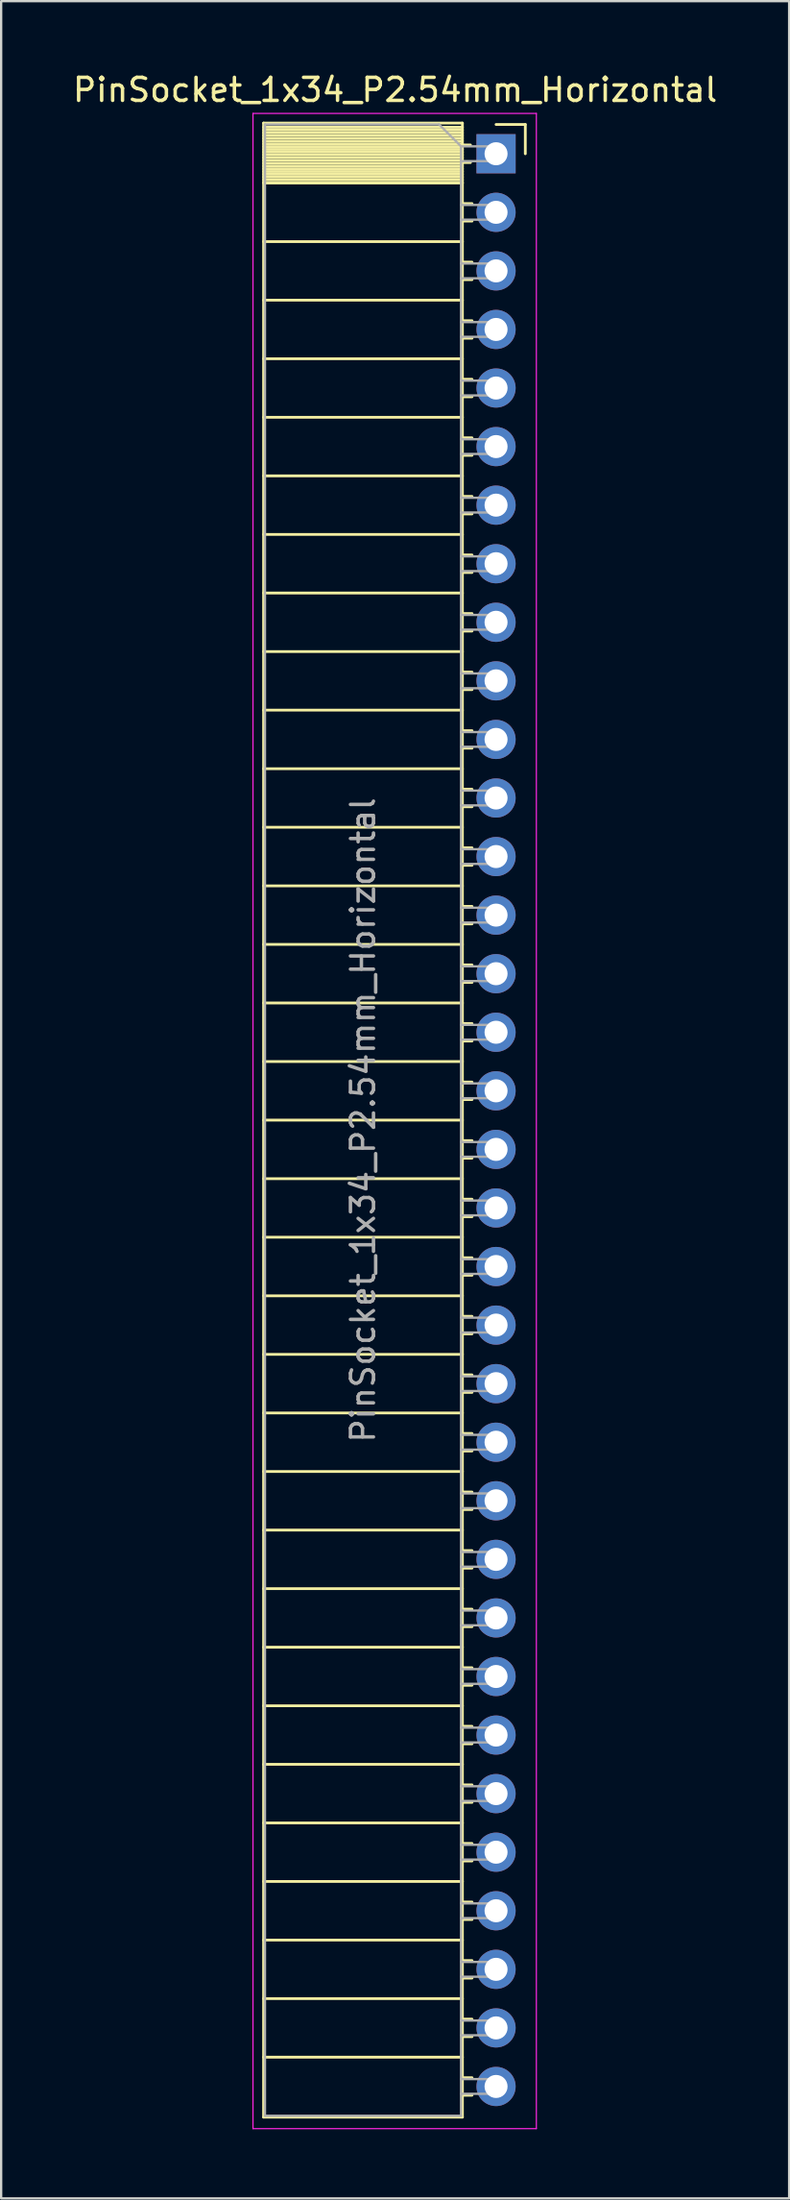
<source format=kicad_pcb>
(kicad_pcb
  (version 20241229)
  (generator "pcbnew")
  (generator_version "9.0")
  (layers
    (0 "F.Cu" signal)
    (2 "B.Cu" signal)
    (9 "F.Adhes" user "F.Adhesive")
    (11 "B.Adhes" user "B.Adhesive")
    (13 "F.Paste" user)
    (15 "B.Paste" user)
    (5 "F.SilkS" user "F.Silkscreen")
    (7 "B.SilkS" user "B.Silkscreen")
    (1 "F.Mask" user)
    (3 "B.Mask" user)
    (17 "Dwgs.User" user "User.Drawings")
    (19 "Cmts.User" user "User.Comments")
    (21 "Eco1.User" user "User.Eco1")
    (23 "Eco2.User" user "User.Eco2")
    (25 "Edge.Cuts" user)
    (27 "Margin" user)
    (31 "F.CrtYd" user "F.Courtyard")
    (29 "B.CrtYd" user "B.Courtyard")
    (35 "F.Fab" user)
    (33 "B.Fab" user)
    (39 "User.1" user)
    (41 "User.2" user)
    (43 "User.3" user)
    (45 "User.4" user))
  (footprint "PinSocket_1x34_P2.54mm_Horizontal"
    (layer "F.Cu")
    (at 18.481 3.618)
    (property "Reference" "PinSocket_1x34_P2.54mm_Horizontal" (at -4.38 -2.77 0) (layer "F.SilkS") (effects (font (size 1 1) (thickness 0.15))))
    (attr through_hole)
    (fp_line (start -10.09 -1.33) (end -10.09 85.15) (stroke (width 0.12) (type solid)) (layer "F.SilkS"))
    (fp_line (start -10.09 -1.33) (end -1.46 -1.33) (stroke (width 0.12) (type solid)) (layer "F.SilkS"))
    (fp_line (start -10.09 -1.15) (end -1.46 -1.15) (stroke (width 0.12) (type solid)) (layer "F.SilkS"))
    (fp_line (start -10.09 -1.03) (end -1.46 -1.03) (stroke (width 0.12) (type solid)) (layer "F.SilkS"))
    (fp_line (start -10.09 -0.91) (end -1.46 -0.91) (stroke (width 0.12) (type solid)) (layer "F.SilkS"))
    (fp_line (start -10.09 -0.79) (end -1.46 -0.79) (stroke (width 0.12) (type solid)) (layer "F.SilkS"))
    (fp_line (start -10.09 -0.67) (end -1.46 -0.67) (stroke (width 0.12) (type solid)) (layer "F.SilkS"))
    (fp_line (start -10.09 -0.55) (end -1.46 -0.55) (stroke (width 0.12) (type solid)) (layer "F.SilkS"))
    (fp_line (start -10.09 -0.43) (end -1.46 -0.43) (stroke (width 0.12) (type solid)) (layer "F.SilkS"))
    (fp_line (start -10.09 -0.31) (end -1.46 -0.31) (stroke (width 0.12) (type solid)) (layer "F.SilkS"))
    (fp_line (start -10.09 -0.19) (end -1.46 -0.19) (stroke (width 0.12) (type solid)) (layer "F.SilkS"))
    (fp_line (start -10.09 -0.07) (end -1.46 -0.07) (stroke (width 0.12) (type solid)) (layer "F.SilkS"))
    (fp_line (start -10.09 0.05) (end -1.46 0.05) (stroke (width 0.12) (type solid)) (layer "F.SilkS"))
    (fp_line (start -10.09 0.17) (end -1.46 0.17) (stroke (width 0.12) (type solid)) (layer "F.SilkS"))
    (fp_line (start -10.09 0.29) (end -1.46 0.29) (stroke (width 0.12) (type solid)) (layer "F.SilkS"))
    (fp_line (start -10.09 0.41) (end -1.46 0.41) (stroke (width 0.12) (type solid)) (layer "F.SilkS"))
    (fp_line (start -10.09 0.53) (end -1.46 0.53) (stroke (width 0.12) (type solid)) (layer "F.SilkS"))
    (fp_line (start -10.09 0.65) (end -1.46 0.65) (stroke (width 0.12) (type solid)) (layer "F.SilkS"))
    (fp_line (start -10.09 0.77) (end -1.46 0.77) (stroke (width 0.12) (type solid)) (layer "F.SilkS"))
    (fp_line (start -10.09 0.89) (end -1.46 0.89) (stroke (width 0.12) (type solid)) (layer "F.SilkS"))
    (fp_line (start -10.09 1.01) (end -1.46 1.01) (stroke (width 0.12) (type solid)) (layer "F.SilkS"))
    (fp_line (start -10.09 1.13) (end -1.46 1.13) (stroke (width 0.12) (type solid)) (layer "F.SilkS"))
    (fp_line (start -10.09 1.25) (end -1.46 1.25) (stroke (width 0.12) (type solid)) (layer "F.SilkS"))
    (fp_line (start -10.09 1.27) (end -1.46 1.27) (stroke (width 0.12) (type solid)) (layer "F.SilkS"))
    (fp_line (start -10.09 3.81) (end -1.46 3.81) (stroke (width 0.12) (type solid)) (layer "F.SilkS"))
    (fp_line (start -10.09 6.35) (end -1.46 6.35) (stroke (width 0.12) (type solid)) (layer "F.SilkS"))
    (fp_line (start -10.09 8.89) (end -1.46 8.89) (stroke (width 0.12) (type solid)) (layer "F.SilkS"))
    (fp_line (start -10.09 11.43) (end -1.46 11.43) (stroke (width 0.12) (type solid)) (layer "F.SilkS"))
    (fp_line (start -10.09 13.97) (end -1.46 13.97) (stroke (width 0.12) (type solid)) (layer "F.SilkS"))
    (fp_line (start -10.09 16.51) (end -1.46 16.51) (stroke (width 0.12) (type solid)) (layer "F.SilkS"))
    (fp_line (start -10.09 19.05) (end -1.46 19.05) (stroke (width 0.12) (type solid)) (layer "F.SilkS"))
    (fp_line (start -10.09 21.59) (end -1.46 21.59) (stroke (width 0.12) (type solid)) (layer "F.SilkS"))
    (fp_line (start -10.09 24.13) (end -1.46 24.13) (stroke (width 0.12) (type solid)) (layer "F.SilkS"))
    (fp_line (start -10.09 26.67) (end -1.46 26.67) (stroke (width 0.12) (type solid)) (layer "F.SilkS"))
    (fp_line (start -10.09 29.21) (end -1.46 29.21) (stroke (width 0.12) (type solid)) (layer "F.SilkS"))
    (fp_line (start -10.09 31.75) (end -1.46 31.75) (stroke (width 0.12) (type solid)) (layer "F.SilkS"))
    (fp_line (start -10.09 34.29) (end -1.46 34.29) (stroke (width 0.12) (type solid)) (layer "F.SilkS"))
    (fp_line (start -10.09 36.83) (end -1.46 36.83) (stroke (width 0.12) (type solid)) (layer "F.SilkS"))
    (fp_line (start -10.09 39.37) (end -1.46 39.37) (stroke (width 0.12) (type solid)) (layer "F.SilkS"))
    (fp_line (start -10.09 41.91) (end -1.46 41.91) (stroke (width 0.12) (type solid)) (layer "F.SilkS"))
    (fp_line (start -10.09 44.45) (end -1.46 44.45) (stroke (width 0.12) (type solid)) (layer "F.SilkS"))
    (fp_line (start -10.09 46.99) (end -1.46 46.99) (stroke (width 0.12) (type solid)) (layer "F.SilkS"))
    (fp_line (start -10.09 49.53) (end -1.46 49.53) (stroke (width 0.12) (type solid)) (layer "F.SilkS"))
    (fp_line (start -10.09 52.07) (end -1.46 52.07) (stroke (width 0.12) (type solid)) (layer "F.SilkS"))
    (fp_line (start -10.09 54.61) (end -1.46 54.61) (stroke (width 0.12) (type solid)) (layer "F.SilkS"))
    (fp_line (start -10.09 57.15) (end -1.46 57.15) (stroke (width 0.12) (type solid)) (layer "F.SilkS"))
    (fp_line (start -10.09 59.69) (end -1.46 59.69) (stroke (width 0.12) (type solid)) (layer "F.SilkS"))
    (fp_line (start -10.09 62.23) (end -1.46 62.23) (stroke (width 0.12) (type solid)) (layer "F.SilkS"))
    (fp_line (start -10.09 64.77) (end -1.46 64.77) (stroke (width 0.12) (type solid)) (layer "F.SilkS"))
    (fp_line (start -10.09 67.31) (end -1.46 67.31) (stroke (width 0.12) (type solid)) (layer "F.SilkS"))
    (fp_line (start -10.09 69.85) (end -1.46 69.85) (stroke (width 0.12) (type solid)) (layer "F.SilkS"))
    (fp_line (start -10.09 72.39) (end -1.46 72.39) (stroke (width 0.12) (type solid)) (layer "F.SilkS"))
    (fp_line (start -10.09 74.93) (end -1.46 74.93) (stroke (width 0.12) (type solid)) (layer "F.SilkS"))
    (fp_line (start -10.09 77.47) (end -1.46 77.47) (stroke (width 0.12) (type solid)) (layer "F.SilkS"))
    (fp_line (start -10.09 80.01) (end -1.46 80.01) (stroke (width 0.12) (type solid)) (layer "F.SilkS"))
    (fp_line (start -10.09 82.55) (end -1.46 82.55) (stroke (width 0.12) (type solid)) (layer "F.SilkS"))
    (fp_line (start -10.09 85.15) (end -1.46 85.15) (stroke (width 0.12) (type solid)) (layer "F.SilkS"))
    (fp_line (start -1.46 -1.33) (end -1.46 85.15) (stroke (width 0.12) (type solid)) (layer "F.SilkS"))
    (fp_line (start -1.46 -0.38) (end -1.11 -0.38) (stroke (width 0.12) (type solid)) (layer "F.SilkS"))
    (fp_line (start -1.46 0.38) (end -1.11 0.38) (stroke (width 0.12) (type solid)) (layer "F.SilkS"))
    (fp_line (start -1.46 2.16) (end -1.043 2.16) (stroke (width 0.12) (type solid)) (layer "F.SilkS"))
    (fp_line (start -1.46 2.92) (end -1.043 2.92) (stroke (width 0.12) (type solid)) (layer "F.SilkS"))
    (fp_line (start -1.46 4.7) (end -1.043 4.7) (stroke (width 0.12) (type solid)) (layer "F.SilkS"))
    (fp_line (start -1.46 5.46) (end -1.043 5.46) (stroke (width 0.12) (type solid)) (layer "F.SilkS"))
    (fp_line (start -1.46 7.24) (end -1.043 7.24) (stroke (width 0.12) (type solid)) (layer "F.SilkS"))
    (fp_line (start -1.46 8) (end -1.043 8) (stroke (width 0.12) (type solid)) (layer "F.SilkS"))
    (fp_line (start -1.46 9.78) (end -1.043 9.78) (stroke (width 0.12) (type solid)) (layer "F.SilkS"))
    (fp_line (start -1.46 10.54) (end -1.043 10.54) (stroke (width 0.12) (type solid)) (layer "F.SilkS"))
    (fp_line (start -1.46 12.32) (end -1.043 12.32) (stroke (width 0.12) (type solid)) (layer "F.SilkS"))
    (fp_line (start -1.46 13.08) (end -1.043 13.08) (stroke (width 0.12) (type solid)) (layer "F.SilkS"))
    (fp_line (start -1.46 14.86) (end -1.043 14.86) (stroke (width 0.12) (type solid)) (layer "F.SilkS"))
    (fp_line (start -1.46 15.62) (end -1.043 15.62) (stroke (width 0.12) (type solid)) (layer "F.SilkS"))
    (fp_line (start -1.46 17.4) (end -1.043 17.4) (stroke (width 0.12) (type solid)) (layer "F.SilkS"))
    (fp_line (start -1.46 18.16) (end -1.043 18.16) (stroke (width 0.12) (type solid)) (layer "F.SilkS"))
    (fp_line (start -1.46 19.94) (end -1.043 19.94) (stroke (width 0.12) (type solid)) (layer "F.SilkS"))
    (fp_line (start -1.46 20.7) (end -1.043 20.7) (stroke (width 0.12) (type solid)) (layer "F.SilkS"))
    (fp_line (start -1.46 22.48) (end -1.043 22.48) (stroke (width 0.12) (type solid)) (layer "F.SilkS"))
    (fp_line (start -1.46 23.24) (end -1.043 23.24) (stroke (width 0.12) (type solid)) (layer "F.SilkS"))
    (fp_line (start -1.46 25.02) (end -1.043 25.02) (stroke (width 0.12) (type solid)) (layer "F.SilkS"))
    (fp_line (start -1.46 25.78) (end -1.043 25.78) (stroke (width 0.12) (type solid)) (layer "F.SilkS"))
    (fp_line (start -1.46 27.56) (end -1.043 27.56) (stroke (width 0.12) (type solid)) (layer "F.SilkS"))
    (fp_line (start -1.46 28.32) (end -1.043 28.32) (stroke (width 0.12) (type solid)) (layer "F.SilkS"))
    (fp_line (start -1.46 30.1) (end -1.043 30.1) (stroke (width 0.12) (type solid)) (layer "F.SilkS"))
    (fp_line (start -1.46 30.86) (end -1.043 30.86) (stroke (width 0.12) (type solid)) (layer "F.SilkS"))
    (fp_line (start -1.46 32.64) (end -1.043 32.64) (stroke (width 0.12) (type solid)) (layer "F.SilkS"))
    (fp_line (start -1.46 33.4) (end -1.043 33.4) (stroke (width 0.12) (type solid)) (layer "F.SilkS"))
    (fp_line (start -1.46 35.18) (end -1.043 35.18) (stroke (width 0.12) (type solid)) (layer "F.SilkS"))
    (fp_line (start -1.46 35.94) (end -1.043 35.94) (stroke (width 0.12) (type solid)) (layer "F.SilkS"))
    (fp_line (start -1.46 37.72) (end -1.043 37.72) (stroke (width 0.12) (type solid)) (layer "F.SilkS"))
    (fp_line (start -1.46 38.48) (end -1.043 38.48) (stroke (width 0.12) (type solid)) (layer "F.SilkS"))
    (fp_line (start -1.46 40.26) (end -1.043 40.26) (stroke (width 0.12) (type solid)) (layer "F.SilkS"))
    (fp_line (start -1.46 41.02) (end -1.043 41.02) (stroke (width 0.12) (type solid)) (layer "F.SilkS"))
    (fp_line (start -1.46 42.8) (end -1.043 42.8) (stroke (width 0.12) (type solid)) (layer "F.SilkS"))
    (fp_line (start -1.46 43.56) (end -1.043 43.56) (stroke (width 0.12) (type solid)) (layer "F.SilkS"))
    (fp_line (start -1.46 45.34) (end -1.043 45.34) (stroke (width 0.12) (type solid)) (layer "F.SilkS"))
    (fp_line (start -1.46 46.1) (end -1.043 46.1) (stroke (width 0.12) (type solid)) (layer "F.SilkS"))
    (fp_line (start -1.46 47.88) (end -1.043 47.88) (stroke (width 0.12) (type solid)) (layer "F.SilkS"))
    (fp_line (start -1.46 48.64) (end -1.043 48.64) (stroke (width 0.12) (type solid)) (layer "F.SilkS"))
    (fp_line (start -1.46 50.42) (end -1.043 50.42) (stroke (width 0.12) (type solid)) (layer "F.SilkS"))
    (fp_line (start -1.46 51.18) (end -1.043 51.18) (stroke (width 0.12) (type solid)) (layer "F.SilkS"))
    (fp_line (start -1.46 52.96) (end -1.043 52.96) (stroke (width 0.12) (type solid)) (layer "F.SilkS"))
    (fp_line (start -1.46 53.72) (end -1.043 53.72) (stroke (width 0.12) (type solid)) (layer "F.SilkS"))
    (fp_line (start -1.46 55.5) (end -1.043 55.5) (stroke (width 0.12) (type solid)) (layer "F.SilkS"))
    (fp_line (start -1.46 56.26) (end -1.043 56.26) (stroke (width 0.12) (type solid)) (layer "F.SilkS"))
    (fp_line (start -1.46 58.04) (end -1.043 58.04) (stroke (width 0.12) (type solid)) (layer "F.SilkS"))
    (fp_line (start -1.46 58.8) (end -1.043 58.8) (stroke (width 0.12) (type solid)) (layer "F.SilkS"))
    (fp_line (start -1.46 60.58) (end -1.043 60.58) (stroke (width 0.12) (type solid)) (layer "F.SilkS"))
    (fp_line (start -1.46 61.34) (end -1.043 61.34) (stroke (width 0.12) (type solid)) (layer "F.SilkS"))
    (fp_line (start -1.46 63.12) (end -1.043 63.12) (stroke (width 0.12) (type solid)) (layer "F.SilkS"))
    (fp_line (start -1.46 63.88) (end -1.043 63.88) (stroke (width 0.12) (type solid)) (layer "F.SilkS"))
    (fp_line (start -1.46 65.66) (end -1.043 65.66) (stroke (width 0.12) (type solid)) (layer "F.SilkS"))
    (fp_line (start -1.46 66.42) (end -1.043 66.42) (stroke (width 0.12) (type solid)) (layer "F.SilkS"))
    (fp_line (start -1.46 68.2) (end -1.043 68.2) (stroke (width 0.12) (type solid)) (layer "F.SilkS"))
    (fp_line (start -1.46 68.96) (end -1.043 68.96) (stroke (width 0.12) (type solid)) (layer "F.SilkS"))
    (fp_line (start -1.46 70.74) (end -1.043 70.74) (stroke (width 0.12) (type solid)) (layer "F.SilkS"))
    (fp_line (start -1.46 71.5) (end -1.043 71.5) (stroke (width 0.12) (type solid)) (layer "F.SilkS"))
    (fp_line (start -1.46 73.28) (end -1.043 73.28) (stroke (width 0.12) (type solid)) (layer "F.SilkS"))
    (fp_line (start -1.46 74.04) (end -1.043 74.04) (stroke (width 0.12) (type solid)) (layer "F.SilkS"))
    (fp_line (start -1.46 75.82) (end -1.043 75.82) (stroke (width 0.12) (type solid)) (layer "F.SilkS"))
    (fp_line (start -1.46 76.58) (end -1.043 76.58) (stroke (width 0.12) (type solid)) (layer "F.SilkS"))
    (fp_line (start -1.46 78.36) (end -1.043 78.36) (stroke (width 0.12) (type solid)) (layer "F.SilkS"))
    (fp_line (start -1.46 79.12) (end -1.043 79.12) (stroke (width 0.12) (type solid)) (layer "F.SilkS"))
    (fp_line (start -1.46 80.9) (end -1.043 80.9) (stroke (width 0.12) (type solid)) (layer "F.SilkS"))
    (fp_line (start -1.46 81.66) (end -1.043 81.66) (stroke (width 0.12) (type solid)) (layer "F.SilkS"))
    (fp_line (start -1.46 83.44) (end -1.043 83.44) (stroke (width 0.12) (type solid)) (layer "F.SilkS"))
    (fp_line (start -1.46 84.2) (end -1.043 84.2) (stroke (width 0.12) (type solid)) (layer "F.SilkS"))
    (fp_line (start 0 -1.27) (end 1.27 -1.27) (stroke (width 0.12) (type solid)) (layer "F.SilkS"))
    (fp_line (start 1.27 -1.27) (end 1.27 0) (stroke (width 0.12) (type solid)) (layer "F.SilkS"))
    (fp_line (start -10.55 -1.75) (end -10.55 85.65) (stroke (width 0.05) (type solid)) (layer "F.CrtYd"))
    (fp_line (start -10.55 85.65) (end 1.75 85.65) (stroke (width 0.05) (type solid)) (layer "F.CrtYd"))
    (fp_line (start 1.75 -1.75) (end -10.55 -1.75) (stroke (width 0.05) (type solid)) (layer "F.CrtYd"))
    (fp_line (start 1.75 85.65) (end 1.75 -1.75) (stroke (width 0.05) (type solid)) (layer "F.CrtYd"))
    (fp_line (start -10.03 -1.27) (end -2.47 -1.27) (stroke (width 0.1) (type solid)) (layer "F.Fab"))
    (fp_line (start -10.03 85.09) (end -10.03 -1.27) (stroke (width 0.1) (type solid)) (layer "F.Fab"))
    (fp_line (start -2.47 -1.27) (end -1.52 -0.32) (stroke (width 0.1) (type solid)) (layer "F.Fab"))
    (fp_line (start -1.52 -0.32) (end -1.52 85.09) (stroke (width 0.1) (type solid)) (layer "F.Fab"))
    (fp_line (start -1.52 0.32) (end 0 0.32) (stroke (width 0.1) (type solid)) (layer "F.Fab"))
    (fp_line (start -1.52 2.86) (end 0 2.86) (stroke (width 0.1) (type solid)) (layer "F.Fab"))
    (fp_line (start -1.52 5.4) (end 0 5.4) (stroke (width 0.1) (type solid)) (layer "F.Fab"))
    (fp_line (start -1.52 7.94) (end 0 7.94) (stroke (width 0.1) (type solid)) (layer "F.Fab"))
    (fp_line (start -1.52 10.48) (end 0 10.48) (stroke (width 0.1) (type solid)) (layer "F.Fab"))
    (fp_line (start -1.52 13.02) (end 0 13.02) (stroke (width 0.1) (type solid)) (layer "F.Fab"))
    (fp_line (start -1.52 15.56) (end 0 15.56) (stroke (width 0.1) (type solid)) (layer "F.Fab"))
    (fp_line (start -1.52 18.1) (end 0 18.1) (stroke (width 0.1) (type solid)) (layer "F.Fab"))
    (fp_line (start -1.52 20.64) (end 0 20.64) (stroke (width 0.1) (type solid)) (layer "F.Fab"))
    (fp_line (start -1.52 23.18) (end 0 23.18) (stroke (width 0.1) (type solid)) (layer "F.Fab"))
    (fp_line (start -1.52 25.72) (end 0 25.72) (stroke (width 0.1) (type solid)) (layer "F.Fab"))
    (fp_line (start -1.52 28.26) (end 0 28.26) (stroke (width 0.1) (type solid)) (layer "F.Fab"))
    (fp_line (start -1.52 30.8) (end 0 30.8) (stroke (width 0.1) (type solid)) (layer "F.Fab"))
    (fp_line (start -1.52 33.34) (end 0 33.34) (stroke (width 0.1) (type solid)) (layer "F.Fab"))
    (fp_line (start -1.52 35.88) (end 0 35.88) (stroke (width 0.1) (type solid)) (layer "F.Fab"))
    (fp_line (start -1.52 38.42) (end 0 38.42) (stroke (width 0.1) (type solid)) (layer "F.Fab"))
    (fp_line (start -1.52 40.96) (end 0 40.96) (stroke (width 0.1) (type solid)) (layer "F.Fab"))
    (fp_line (start -1.52 43.5) (end 0 43.5) (stroke (width 0.1) (type solid)) (layer "F.Fab"))
    (fp_line (start -1.52 46.04) (end 0 46.04) (stroke (width 0.1) (type solid)) (layer "F.Fab"))
    (fp_line (start -1.52 48.58) (end 0 48.58) (stroke (width 0.1) (type solid)) (layer "F.Fab"))
    (fp_line (start -1.52 51.12) (end 0 51.12) (stroke (width 0.1) (type solid)) (layer "F.Fab"))
    (fp_line (start -1.52 53.66) (end 0 53.66) (stroke (width 0.1) (type solid)) (layer "F.Fab"))
    (fp_line (start -1.52 56.2) (end 0 56.2) (stroke (width 0.1) (type solid)) (layer "F.Fab"))
    (fp_line (start -1.52 58.74) (end 0 58.74) (stroke (width 0.1) (type solid)) (layer "F.Fab"))
    (fp_line (start -1.52 61.28) (end 0 61.28) (stroke (width 0.1) (type solid)) (layer "F.Fab"))
    (fp_line (start -1.52 63.82) (end 0 63.82) (stroke (width 0.1) (type solid)) (layer "F.Fab"))
    (fp_line (start -1.52 66.36) (end 0 66.36) (stroke (width 0.1) (type solid)) (layer "F.Fab"))
    (fp_line (start -1.52 68.9) (end 0 68.9) (stroke (width 0.1) (type solid)) (layer "F.Fab"))
    (fp_line (start -1.52 71.44) (end 0 71.44) (stroke (width 0.1) (type solid)) (layer "F.Fab"))
    (fp_line (start -1.52 73.98) (end 0 73.98) (stroke (width 0.1) (type solid)) (layer "F.Fab"))
    (fp_line (start -1.52 76.52) (end 0 76.52) (stroke (width 0.1) (type solid)) (layer "F.Fab"))
    (fp_line (start -1.52 79.06) (end 0 79.06) (stroke (width 0.1) (type solid)) (layer "F.Fab"))
    (fp_line (start -1.52 81.6) (end 0 81.6) (stroke (width 0.1) (type solid)) (layer "F.Fab"))
    (fp_line (start -1.52 84.14) (end 0 84.14) (stroke (width 0.1) (type solid)) (layer "F.Fab"))
    (fp_line (start -1.52 85.09) (end -10.03 85.09) (stroke (width 0.1) (type solid)) (layer "F.Fab"))
    (fp_line (start 0 -0.32) (end -1.52 -0.32) (stroke (width 0.1) (type solid)) (layer "F.Fab"))
    (fp_line (start 0 0.32) (end 0 -0.32) (stroke (width 0.1) (type solid)) (layer "F.Fab"))
    (fp_line (start 0 2.22) (end -1.52 2.22) (stroke (width 0.1) (type solid)) (layer "F.Fab"))
    (fp_line (start 0 2.86) (end 0 2.22) (stroke (width 0.1) (type solid)) (layer "F.Fab"))
    (fp_line (start 0 4.76) (end -1.52 4.76) (stroke (width 0.1) (type solid)) (layer "F.Fab"))
    (fp_line (start 0 5.4) (end 0 4.76) (stroke (width 0.1) (type solid)) (layer "F.Fab"))
    (fp_line (start 0 7.3) (end -1.52 7.3) (stroke (width 0.1) (type solid)) (layer "F.Fab"))
    (fp_line (start 0 7.94) (end 0 7.3) (stroke (width 0.1) (type solid)) (layer "F.Fab"))
    (fp_line (start 0 9.84) (end -1.52 9.84) (stroke (width 0.1) (type solid)) (layer "F.Fab"))
    (fp_line (start 0 10.48) (end 0 9.84) (stroke (width 0.1) (type solid)) (layer "F.Fab"))
    (fp_line (start 0 12.38) (end -1.52 12.38) (stroke (width 0.1) (type solid)) (layer "F.Fab"))
    (fp_line (start 0 13.02) (end 0 12.38) (stroke (width 0.1) (type solid)) (layer "F.Fab"))
    (fp_line (start 0 14.92) (end -1.52 14.92) (stroke (width 0.1) (type solid)) (layer "F.Fab"))
    (fp_line (start 0 15.56) (end 0 14.92) (stroke (width 0.1) (type solid)) (layer "F.Fab"))
    (fp_line (start 0 17.46) (end -1.52 17.46) (stroke (width 0.1) (type solid)) (layer "F.Fab"))
    (fp_line (start 0 18.1) (end 0 17.46) (stroke (width 0.1) (type solid)) (layer "F.Fab"))
    (fp_line (start 0 20) (end -1.52 20) (stroke (width 0.1) (type solid)) (layer "F.Fab"))
    (fp_line (start 0 20.64) (end 0 20) (stroke (width 0.1) (type solid)) (layer "F.Fab"))
    (fp_line (start 0 22.54) (end -1.52 22.54) (stroke (width 0.1) (type solid)) (layer "F.Fab"))
    (fp_line (start 0 23.18) (end 0 22.54) (stroke (width 0.1) (type solid)) (layer "F.Fab"))
    (fp_line (start 0 25.08) (end -1.52 25.08) (stroke (width 0.1) (type solid)) (layer "F.Fab"))
    (fp_line (start 0 25.72) (end 0 25.08) (stroke (width 0.1) (type solid)) (layer "F.Fab"))
    (fp_line (start 0 27.62) (end -1.52 27.62) (stroke (width 0.1) (type solid)) (layer "F.Fab"))
    (fp_line (start 0 28.26) (end 0 27.62) (stroke (width 0.1) (type solid)) (layer "F.Fab"))
    (fp_line (start 0 30.16) (end -1.52 30.16) (stroke (width 0.1) (type solid)) (layer "F.Fab"))
    (fp_line (start 0 30.8) (end 0 30.16) (stroke (width 0.1) (type solid)) (layer "F.Fab"))
    (fp_line (start 0 32.7) (end -1.52 32.7) (stroke (width 0.1) (type solid)) (layer "F.Fab"))
    (fp_line (start 0 33.34) (end 0 32.7) (stroke (width 0.1) (type solid)) (layer "F.Fab"))
    (fp_line (start 0 35.24) (end -1.52 35.24) (stroke (width 0.1) (type solid)) (layer "F.Fab"))
    (fp_line (start 0 35.88) (end 0 35.24) (stroke (width 0.1) (type solid)) (layer "F.Fab"))
    (fp_line (start 0 37.78) (end -1.52 37.78) (stroke (width 0.1) (type solid)) (layer "F.Fab"))
    (fp_line (start 0 38.42) (end 0 37.78) (stroke (width 0.1) (type solid)) (layer "F.Fab"))
    (fp_line (start 0 40.32) (end -1.52 40.32) (stroke (width 0.1) (type solid)) (layer "F.Fab"))
    (fp_line (start 0 40.96) (end 0 40.32) (stroke (width 0.1) (type solid)) (layer "F.Fab"))
    (fp_line (start 0 42.86) (end -1.52 42.86) (stroke (width 0.1) (type solid)) (layer "F.Fab"))
    (fp_line (start 0 43.5) (end 0 42.86) (stroke (width 0.1) (type solid)) (layer "F.Fab"))
    (fp_line (start 0 45.4) (end -1.52 45.4) (stroke (width 0.1) (type solid)) (layer "F.Fab"))
    (fp_line (start 0 46.04) (end 0 45.4) (stroke (width 0.1) (type solid)) (layer "F.Fab"))
    (fp_line (start 0 47.94) (end -1.52 47.94) (stroke (width 0.1) (type solid)) (layer "F.Fab"))
    (fp_line (start 0 48.58) (end 0 47.94) (stroke (width 0.1) (type solid)) (layer "F.Fab"))
    (fp_line (start 0 50.48) (end -1.52 50.48) (stroke (width 0.1) (type solid)) (layer "F.Fab"))
    (fp_line (start 0 51.12) (end 0 50.48) (stroke (width 0.1) (type solid)) (layer "F.Fab"))
    (fp_line (start 0 53.02) (end -1.52 53.02) (stroke (width 0.1) (type solid)) (layer "F.Fab"))
    (fp_line (start 0 53.66) (end 0 53.02) (stroke (width 0.1) (type solid)) (layer "F.Fab"))
    (fp_line (start 0 55.56) (end -1.52 55.56) (stroke (width 0.1) (type solid)) (layer "F.Fab"))
    (fp_line (start 0 56.2) (end 0 55.56) (stroke (width 0.1) (type solid)) (layer "F.Fab"))
    (fp_line (start 0 58.1) (end -1.52 58.1) (stroke (width 0.1) (type solid)) (layer "F.Fab"))
    (fp_line (start 0 58.74) (end 0 58.1) (stroke (width 0.1) (type solid)) (layer "F.Fab"))
    (fp_line (start 0 60.64) (end -1.52 60.64) (stroke (width 0.1) (type solid)) (layer "F.Fab"))
    (fp_line (start 0 61.28) (end 0 60.64) (stroke (width 0.1) (type solid)) (layer "F.Fab"))
    (fp_line (start 0 63.18) (end -1.52 63.18) (stroke (width 0.1) (type solid)) (layer "F.Fab"))
    (fp_line (start 0 63.82) (end 0 63.18) (stroke (width 0.1) (type solid)) (layer "F.Fab"))
    (fp_line (start 0 65.72) (end -1.52 65.72) (stroke (width 0.1) (type solid)) (layer "F.Fab"))
    (fp_line (start 0 66.36) (end 0 65.72) (stroke (width 0.1) (type solid)) (layer "F.Fab"))
    (fp_line (start 0 68.26) (end -1.52 68.26) (stroke (width 0.1) (type solid)) (layer "F.Fab"))
    (fp_line (start 0 68.9) (end 0 68.26) (stroke (width 0.1) (type solid)) (layer "F.Fab"))
    (fp_line (start 0 70.8) (end -1.52 70.8) (stroke (width 0.1) (type solid)) (layer "F.Fab"))
    (fp_line (start 0 71.44) (end 0 70.8) (stroke (width 0.1) (type solid)) (layer "F.Fab"))
    (fp_line (start 0 73.34) (end -1.52 73.34) (stroke (width 0.1) (type solid)) (layer "F.Fab"))
    (fp_line (start 0 73.98) (end 0 73.34) (stroke (width 0.1) (type solid)) (layer "F.Fab"))
    (fp_line (start 0 75.88) (end -1.52 75.88) (stroke (width 0.1) (type solid)) (layer "F.Fab"))
    (fp_line (start 0 76.52) (end 0 75.88) (stroke (width 0.1) (type solid)) (layer "F.Fab"))
    (fp_line (start 0 78.42) (end -1.52 78.42) (stroke (width 0.1) (type solid)) (layer "F.Fab"))
    (fp_line (start 0 79.06) (end 0 78.42) (stroke (width 0.1) (type solid)) (layer "F.Fab"))
    (fp_line (start 0 80.96) (end -1.52 80.96) (stroke (width 0.1) (type solid)) (layer "F.Fab"))
    (fp_line (start 0 81.6) (end 0 80.96) (stroke (width 0.1) (type solid)) (layer "F.Fab"))
    (fp_line (start 0 83.5) (end -1.52 83.5) (stroke (width 0.1) (type solid)) (layer "F.Fab"))
    (fp_line (start 0 84.14) (end 0 83.5) (stroke (width 0.1) (type solid)) (layer "F.Fab"))
    (fp_text user "${REFERENCE}" (at -5.775 41.91 90) (layer "F.Fab") (effects (font (size 1 1) (thickness 0.15))))
    (pad "1" thru_hole rect (at 0 0) (size 1.7 1.7) (drill 1) (layers "*.Cu" "*.Mask"))
    (pad "2" thru_hole oval (at 0 2.54) (size 1.7 1.7) (drill 1) (layers "*.Cu" "*.Mask"))
    (pad "3" thru_hole oval (at 0 5.08) (size 1.7 1.7) (drill 1) (layers "*.Cu" "*.Mask"))
    (pad "4" thru_hole oval (at 0 7.62) (size 1.7 1.7) (drill 1) (layers "*.Cu" "*.Mask"))
    (pad "5" thru_hole oval (at 0 10.16) (size 1.7 1.7) (drill 1) (layers "*.Cu" "*.Mask"))
    (pad "6" thru_hole oval (at 0 12.7) (size 1.7 1.7) (drill 1) (layers "*.Cu" "*.Mask"))
    (pad "7" thru_hole oval (at 0 15.24) (size 1.7 1.7) (drill 1) (layers "*.Cu" "*.Mask"))
    (pad "8" thru_hole oval (at 0 17.78) (size 1.7 1.7) (drill 1) (layers "*.Cu" "*.Mask"))
    (pad "9" thru_hole oval (at 0 20.32) (size 1.7 1.7) (drill 1) (layers "*.Cu" "*.Mask"))
    (pad "10" thru_hole oval (at 0 22.86) (size 1.7 1.7) (drill 1) (layers "*.Cu" "*.Mask"))
    (pad "11" thru_hole oval (at 0 25.4) (size 1.7 1.7) (drill 1) (layers "*.Cu" "*.Mask"))
    (pad "12" thru_hole oval (at 0 27.94) (size 1.7 1.7) (drill 1) (layers "*.Cu" "*.Mask"))
    (pad "13" thru_hole oval (at 0 30.48) (size 1.7 1.7) (drill 1) (layers "*.Cu" "*.Mask"))
    (pad "14" thru_hole oval (at 0 33.02) (size 1.7 1.7) (drill 1) (layers "*.Cu" "*.Mask"))
    (pad "15" thru_hole oval (at 0 35.56) (size 1.7 1.7) (drill 1) (layers "*.Cu" "*.Mask"))
    (pad "16" thru_hole oval (at 0 38.1) (size 1.7 1.7) (drill 1) (layers "*.Cu" "*.Mask"))
    (pad "17" thru_hole oval (at 0 40.64) (size 1.7 1.7) (drill 1) (layers "*.Cu" "*.Mask"))
    (pad "18" thru_hole oval (at 0 43.18) (size 1.7 1.7) (drill 1) (layers "*.Cu" "*.Mask"))
    (pad "19" thru_hole oval (at 0 45.72) (size 1.7 1.7) (drill 1) (layers "*.Cu" "*.Mask"))
    (pad "20" thru_hole oval (at 0 48.26) (size 1.7 1.7) (drill 1) (layers "*.Cu" "*.Mask"))
    (pad "21" thru_hole oval (at 0 50.8) (size 1.7 1.7) (drill 1) (layers "*.Cu" "*.Mask"))
    (pad "22" thru_hole oval (at 0 53.34) (size 1.7 1.7) (drill 1) (layers "*.Cu" "*.Mask"))
    (pad "23" thru_hole oval (at 0 55.88) (size 1.7 1.7) (drill 1) (layers "*.Cu" "*.Mask"))
    (pad "24" thru_hole oval (at 0 58.42) (size 1.7 1.7) (drill 1) (layers "*.Cu" "*.Mask"))
    (pad "25" thru_hole oval (at 0 60.96) (size 1.7 1.7) (drill 1) (layers "*.Cu" "*.Mask"))
    (pad "26" thru_hole oval (at 0 63.5) (size 1.7 1.7) (drill 1) (layers "*.Cu" "*.Mask"))
    (pad "27" thru_hole oval (at 0 66.04) (size 1.7 1.7) (drill 1) (layers "*.Cu" "*.Mask"))
    (pad "28" thru_hole oval (at 0 68.58) (size 1.7 1.7) (drill 1) (layers "*.Cu" "*.Mask"))
    (pad "29" thru_hole oval (at 0 71.12) (size 1.7 1.7) (drill 1) (layers "*.Cu" "*.Mask"))
    (pad "30" thru_hole oval (at 0 73.66) (size 1.7 1.7) (drill 1) (layers "*.Cu" "*.Mask"))
    (pad "31" thru_hole oval (at 0 76.2) (size 1.7 1.7) (drill 1) (layers "*.Cu" "*.Mask"))
    (pad "32" thru_hole oval (at 0 78.74) (size 1.7 1.7) (drill 1) (layers "*.Cu" "*.Mask"))
    (pad "33" thru_hole oval (at 0 81.28) (size 1.7 1.7) (drill 1) (layers "*.Cu" "*.Mask"))
    (pad "34" thru_hole oval (at 0 83.82) (size 1.7 1.7) (drill 1) (layers "*.Cu" "*.Mask")))
  (gr_rect
    (start -3 -3)
    (end 31.202 92.293)
    (stroke (width 0.1) (type default))
    (fill no)
    (layer "Edge.Cuts")))
</source>
